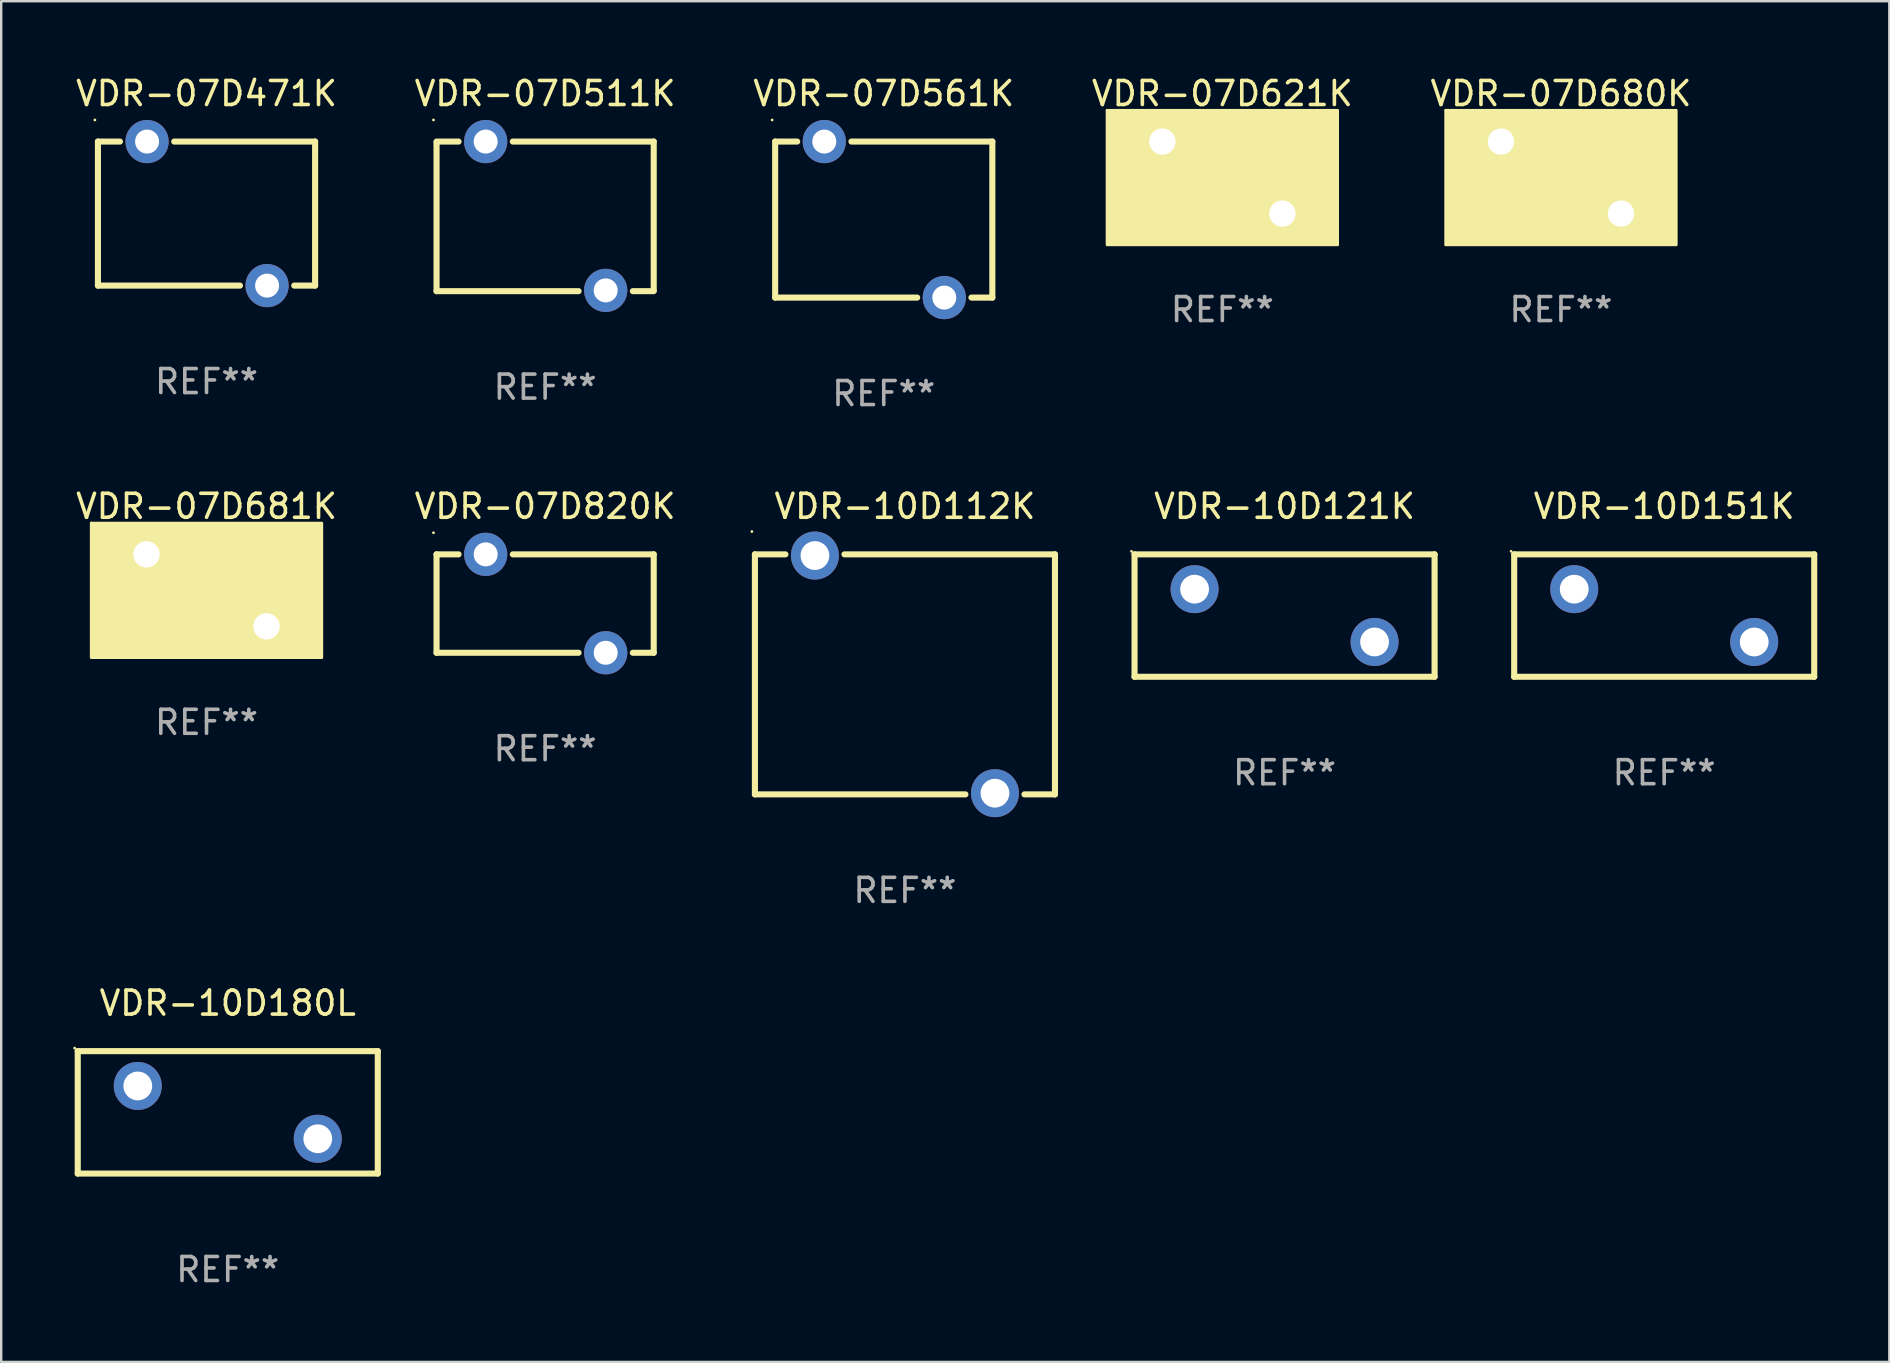
<source format=kicad_pcb>
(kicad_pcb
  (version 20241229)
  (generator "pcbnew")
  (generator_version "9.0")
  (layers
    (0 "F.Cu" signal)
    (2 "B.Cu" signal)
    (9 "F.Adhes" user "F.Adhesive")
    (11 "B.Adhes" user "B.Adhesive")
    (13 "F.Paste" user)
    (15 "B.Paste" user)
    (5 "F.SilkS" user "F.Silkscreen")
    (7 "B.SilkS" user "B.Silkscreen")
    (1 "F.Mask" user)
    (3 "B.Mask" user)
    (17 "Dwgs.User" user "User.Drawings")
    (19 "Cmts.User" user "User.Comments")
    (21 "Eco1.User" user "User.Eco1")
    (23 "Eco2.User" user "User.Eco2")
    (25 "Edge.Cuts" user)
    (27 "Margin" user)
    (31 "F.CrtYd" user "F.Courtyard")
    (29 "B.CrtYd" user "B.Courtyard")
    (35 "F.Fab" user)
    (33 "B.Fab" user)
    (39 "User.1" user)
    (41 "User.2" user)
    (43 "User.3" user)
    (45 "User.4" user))
  (footprint "VDR-07D680K"
    (layer "F.Cu")
    (at 61.982 4.348)
    (property "Reference" "VDR-07D680K" (at 0 -3.5 0) (layer "F.SilkS") (effects (font (size 1 1) (thickness 0.15))))
    (attr through_hole)
    (fp_circle (center -4.8 -2.8) (end -4.77 -2.8) (stroke (width 0.06) (type solid)) (fill no) (layer "F.SilkS"))
    (fp_poly (pts (xy -4.8 -2.8) (xy 4.8 -2.8) (xy 4.8 2.8) (xy -4.8 2.8)) (stroke (width 0.12) (type solid)) (fill yes) (layer "F.SilkS"))
    (fp_text user "REF**" (at 0 5.5 0) (layer "F.Fab") (effects (font (size 1 1) (thickness 0.15))))
    (pad "1" thru_hole circle (at -2.5 -1.5) (size 1.8 1.8) (drill 1.1) (layers "*.Cu" "*.Mask"))
    (pad "2" thru_hole circle (at 2.5 1.5) (size 1.8 1.8) (drill 1.1) (layers "*.Cu" "*.Mask")))
  (footprint "VDR-07D621K"
    (layer "F.Cu")
    (at 47.875 4.348)
    (property "Reference" "VDR-07D621K" (at 0 -3.5 0) (layer "F.SilkS") (effects (font (size 1 1) (thickness 0.15))))
    (attr through_hole)
    (fp_circle (center -4.8 -2.8) (end -4.77 -2.8) (stroke (width 0.06) (type solid)) (fill no) (layer "F.SilkS"))
    (fp_poly (pts (xy -4.8 -2.8) (xy 4.8 -2.8) (xy 4.8 2.8) (xy -4.8 2.8)) (stroke (width 0.12) (type solid)) (fill yes) (layer "F.SilkS"))
    (fp_text user "REF**" (at 0 5.5 0) (layer "F.Fab") (effects (font (size 1 1) (thickness 0.15))))
    (pad "1" thru_hole circle (at -2.5 -1.5) (size 1.8 1.8) (drill 1.1) (layers "*.Cu" "*.Mask"))
    (pad "2" thru_hole circle (at 2.5 1.5) (size 1.8 1.8) (drill 1.1) (layers "*.Cu" "*.Mask")))
  (footprint "VDR-07D561K"
    (layer "F.Cu")
    (at 33.768 6.098)
    (property "Reference" "VDR-07D561K" (at 0 -5.25 0) (layer "F.SilkS") (effects (font (size 1 1) (thickness 0.15))))
    (attr through_hole)
    (fp_line (start -4.524 -3.25) (end -4.524 3.25) (stroke (width 0.254) (type solid)) (layer "F.SilkS"))
    (fp_line (start -4.524 -3.25) (end -3.607 -3.25) (stroke (width 0.254) (type solid)) (layer "F.SilkS"))
    (fp_line (start -4.524 3.25) (end 1.393 3.25) (stroke (width 0.254) (type solid)) (layer "F.SilkS"))
    (fp_line (start -1.346 -3.25) (end 4.524 -3.25) (stroke (width 0.254) (type solid)) (layer "F.SilkS"))
    (fp_line (start 3.654 3.25) (end 4.524 3.25) (stroke (width 0.254) (type solid)) (layer "F.SilkS"))
    (fp_line (start 4.524 -3.25) (end 4.524 3.25) (stroke (width 0.254) (type solid)) (layer "F.SilkS"))
    (fp_circle (center -4.651 -4.15) (end -4.621 -4.15) (stroke (width 0.06) (type solid)) (fill no) (layer "F.SilkS"))
    (fp_text user "REF**" (at 0 7.25 0) (layer "F.Fab") (effects (font (size 1 1) (thickness 0.15))))
    (pad "1" thru_hole circle (at -2.477 -3.25) (size 1.8 1.8) (drill 1) (layers "*.Cu" "*.Mask"))
    (pad "2" thru_hole circle (at 2.523 3.25) (size 1.8 1.8) (drill 1) (layers "*.Cu" "*.Mask")))
  (footprint "VDR-10D112K"
    (layer "F.Cu")
    (at 34.651 25.045)
    (property "Reference" "VDR-10D112K" (at 0 -7 0) (layer "F.SilkS") (effects (font (size 1 1) (thickness 0.15))))
    (attr through_hole)
    (fp_line (start -6.25 -5) (end -4.98 -5) (stroke (width 0.254) (type solid)) (layer "F.SilkS"))
    (fp_line (start -6.25 5) (end -6.25 -5) (stroke (width 0.254) (type solid)) (layer "F.SilkS"))
    (fp_line (start -6.25 5) (end 2.52 5) (stroke (width 0.254) (type solid)) (layer "F.SilkS"))
    (fp_line (start -2.52 -5) (end 6.25 -5) (stroke (width 0.254) (type solid)) (layer "F.SilkS"))
    (fp_line (start 4.98 5) (end 6.25 5) (stroke (width 0.254) (type solid)) (layer "F.SilkS"))
    (fp_line (start 6.25 -5) (end 6.25 5) (stroke (width 0.254) (type solid)) (layer "F.SilkS"))
    (fp_circle (center -6.377 -5.95) (end -6.347 -5.95) (stroke (width 0.06) (type solid)) (fill no) (layer "F.SilkS"))
    (fp_text user "REF**" (at 0 9 0) (layer "F.Fab") (effects (font (size 1 1) (thickness 0.15))))
    (pad "1" thru_hole circle (at -3.75 -4.95) (size 2 2) (drill 1.2) (layers "*.Cu" "*.Mask"))
    (pad "2" thru_hole circle (at 3.75 4.95) (size 2 2) (drill 1.2) (layers "*.Cu" "*.Mask")))
  (footprint "VDR-07D681K"
    (layer "F.Cu")
    (at 5.554 21.545)
    (property "Reference" "VDR-07D681K" (at 0 -3.5 0) (layer "F.SilkS") (effects (font (size 1 1) (thickness 0.15))))
    (attr through_hole)
    (fp_circle (center -4.8 -2.8) (end -4.77 -2.8) (stroke (width 0.06) (type solid)) (fill no) (layer "F.SilkS"))
    (fp_poly (pts (xy -4.8 -2.8) (xy 4.8 -2.8) (xy 4.8 2.8) (xy -4.8 2.8)) (stroke (width 0.12) (type solid)) (fill yes) (layer "F.SilkS"))
    (fp_text user "REF**" (at 0 5.5 0) (layer "F.Fab") (effects (font (size 1 1) (thickness 0.15))))
    (pad "1" thru_hole circle (at -2.5 -1.5) (size 1.8 1.8) (drill 1.1) (layers "*.Cu" "*.Mask"))
    (pad "2" thru_hole circle (at 2.5 1.5) (size 1.8 1.8) (drill 1.1) (layers "*.Cu" "*.Mask")))
  (footprint "VDR-07D820K"
    (layer "F.Cu")
    (at 19.661 22.095)
    (property "Reference" "VDR-07D820K" (at 0 -4.05 0) (layer "F.SilkS") (effects (font (size 1 1) (thickness 0.15))))
    (attr through_hole)
    (fp_line (start -4.524 -2.05) (end -4.524 2.05) (stroke (width 0.254) (type solid)) (layer "F.SilkS"))
    (fp_line (start -4.524 -2.05) (end -3.607 -2.05) (stroke (width 0.254) (type solid)) (layer "F.SilkS"))
    (fp_line (start -4.524 2.05) (end 1.393 2.05) (stroke (width 0.254) (type solid)) (layer "F.SilkS"))
    (fp_line (start -1.346 -2.05) (end 4.524 -2.05) (stroke (width 0.254) (type solid)) (layer "F.SilkS"))
    (fp_line (start 3.654 2.05) (end 4.524 2.05) (stroke (width 0.254) (type solid)) (layer "F.SilkS"))
    (fp_line (start 4.524 -2.05) (end 4.524 2.05) (stroke (width 0.254) (type solid)) (layer "F.SilkS"))
    (fp_circle (center -4.651 -2.95) (end -4.621 -2.95) (stroke (width 0.06) (type solid)) (fill no) (layer "F.SilkS"))
    (fp_text user "REF**" (at 0 6.05 0) (layer "F.Fab") (effects (font (size 1 1) (thickness 0.15))))
    (pad "1" thru_hole circle (at -2.477 -2.05) (size 1.8 1.8) (drill 1) (layers "*.Cu" "*.Mask"))
    (pad "2" thru_hole circle (at 2.523 2.05) (size 1.8 1.8) (drill 1) (layers "*.Cu" "*.Mask")))
  (footprint "VDR-10D180L"
    (layer "F.Cu")
    (at 6.438 43.292)
    (property "Reference" "VDR-10D180L" (at 0 -4.55 0) (layer "F.SilkS") (effects (font (size 1 1) (thickness 0.15))))
    (attr through_hole)
    (fp_line (start -6.249 -2.55) (end 6.251 -2.55) (stroke (width 0.254) (type solid)) (layer "F.SilkS"))
    (fp_line (start -6.249 2.55) (end -6.249 -2.55) (stroke (width 0.254) (type solid)) (layer "F.SilkS"))
    (fp_line (start 6.251 -2.55) (end 6.251 2.55) (stroke (width 0.254) (type solid)) (layer "F.SilkS"))
    (fp_line (start 6.251 2.55) (end -6.251 2.55) (stroke (width 0.254) (type solid)) (layer "F.SilkS"))
    (fp_circle (center -6.378 -2.677) (end -6.348 -2.677) (stroke (width 0.06) (type solid)) (fill no) (layer "F.SilkS"))
    (fp_text user "REF**" (at 0 6.55 0) (layer "F.Fab") (effects (font (size 1 1) (thickness 0.15))))
    (pad "1" thru_hole circle (at -3.748 -1.1) (size 2 2) (drill 1.2) (layers "*.Cu" "*.Mask"))
    (pad "2" thru_hole circle (at 3.75 1.1) (size 2 2) (drill 1.2) (layers "*.Cu" "*.Mask")))
  (footprint "VDR-10D151K"
    (layer "F.Cu")
    (at 66.282 22.595)
    (property "Reference" "VDR-10D151K" (at 0 -4.55 0) (layer "F.SilkS") (effects (font (size 1 1) (thickness 0.15))))
    (attr through_hole)
    (fp_line (start -6.249 -2.55) (end 6.251 -2.55) (stroke (width 0.254) (type solid)) (layer "F.SilkS"))
    (fp_line (start -6.249 2.55) (end -6.249 -2.55) (stroke (width 0.254) (type solid)) (layer "F.SilkS"))
    (fp_line (start 6.251 -2.55) (end 6.251 2.55) (stroke (width 0.254) (type solid)) (layer "F.SilkS"))
    (fp_line (start 6.251 2.55) (end -6.251 2.55) (stroke (width 0.254) (type solid)) (layer "F.SilkS"))
    (fp_circle (center -6.378 -2.677) (end -6.348 -2.677) (stroke (width 0.06) (type solid)) (fill no) (layer "F.SilkS"))
    (fp_text user "REF**" (at 0 6.55 0) (layer "F.Fab") (effects (font (size 1 1) (thickness 0.15))))
    (pad "1" thru_hole circle (at -3.748 -1.1) (size 2 2) (drill 1.2) (layers "*.Cu" "*.Mask"))
    (pad "2" thru_hole circle (at 3.75 1.1) (size 2 2) (drill 1.2) (layers "*.Cu" "*.Mask")))
  (footprint "VDR-10D121K"
    (layer "F.Cu")
    (at 50.466 22.595)
    (property "Reference" "VDR-10D121K" (at 0 -4.55 0) (layer "F.SilkS") (effects (font (size 1 1) (thickness 0.15))))
    (attr through_hole)
    (fp_line (start -6.249 -2.55) (end 6.251 -2.55) (stroke (width 0.254) (type solid)) (layer "F.SilkS"))
    (fp_line (start -6.249 2.55) (end -6.249 -2.55) (stroke (width 0.254) (type solid)) (layer "F.SilkS"))
    (fp_line (start 6.251 -2.55) (end 6.251 2.55) (stroke (width 0.254) (type solid)) (layer "F.SilkS"))
    (fp_line (start 6.251 2.55) (end -6.251 2.55) (stroke (width 0.254) (type solid)) (layer "F.SilkS"))
    (fp_circle (center -6.378 -2.677) (end -6.348 -2.677) (stroke (width 0.06) (type solid)) (fill no) (layer "F.SilkS"))
    (fp_text user "REF**" (at 0 6.55 0) (layer "F.Fab") (effects (font (size 1 1) (thickness 0.15))))
    (pad "1" thru_hole circle (at -3.748 -1.1) (size 2 2) (drill 1.2) (layers "*.Cu" "*.Mask"))
    (pad "2" thru_hole circle (at 3.75 1.1) (size 2 2) (drill 1.2) (layers "*.Cu" "*.Mask")))
  (footprint "VDR-07D471K"
    (layer "F.Cu")
    (at 5.554 5.848)
    (property "Reference" "VDR-07D471K" (at 0 -5 0) (layer "F.SilkS") (effects (font (size 1 1) (thickness 0.15))))
    (attr through_hole)
    (fp_line (start -4.524 -3) (end -4.524 3) (stroke (width 0.254) (type solid)) (layer "F.SilkS"))
    (fp_line (start -4.524 -3) (end -3.607 -3) (stroke (width 0.254) (type solid)) (layer "F.SilkS"))
    (fp_line (start -4.524 3) (end 1.393 3) (stroke (width 0.254) (type solid)) (layer "F.SilkS"))
    (fp_line (start -1.346 -3) (end 4.524 -3) (stroke (width 0.254) (type solid)) (layer "F.SilkS"))
    (fp_line (start 3.654 3) (end 4.524 3) (stroke (width 0.254) (type solid)) (layer "F.SilkS"))
    (fp_line (start 4.524 -3) (end 4.524 3) (stroke (width 0.254) (type solid)) (layer "F.SilkS"))
    (fp_circle (center -4.651 -3.9) (end -4.621 -3.9) (stroke (width 0.06) (type solid)) (fill no) (layer "F.SilkS"))
    (fp_text user "REF**" (at 0 7 0) (layer "F.Fab") (effects (font (size 1 1) (thickness 0.15))))
    (pad "1" thru_hole circle (at -2.477 -3) (size 1.8 1.8) (drill 1) (layers "*.Cu" "*.Mask"))
    (pad "2" thru_hole circle (at 2.523 3) (size 1.8 1.8) (drill 1) (layers "*.Cu" "*.Mask")))
  (footprint "VDR-07D511K"
    (layer "F.Cu")
    (at 19.661 5.964)
    (property "Reference" "VDR-07D511K" (at 0 -5.116 0) (layer "F.SilkS") (effects (font (size 1 1) (thickness 0.15))))
    (attr through_hole)
    (fp_line (start -4.524 -3.116) (end -3.607 -3.116) (stroke (width 0.254) (type solid)) (layer "F.SilkS"))
    (fp_line (start -4.524 3.116) (end -4.524 -3.084) (stroke (width 0.254) (type solid)) (layer "F.SilkS"))
    (fp_line (start -4.524 3.116) (end 1.393 3.116) (stroke (width 0.254) (type solid)) (layer "F.SilkS"))
    (fp_line (start -1.346 -3.116) (end 4.524 -3.116) (stroke (width 0.254) (type solid)) (layer "F.SilkS"))
    (fp_line (start 3.654 3.116) (end 4.524 3.116) (stroke (width 0.254) (type solid)) (layer "F.SilkS"))
    (fp_line (start 4.524 -3.116) (end 4.524 3.084) (stroke (width 0.254) (type solid)) (layer "F.SilkS"))
    (fp_circle (center -4.651 -4.016) (end -4.621 -4.016) (stroke (width 0.06) (type solid)) (fill no) (layer "F.SilkS"))
    (fp_text user "REF**" (at 0 7.116 0) (layer "F.Fab") (effects (font (size 1 1) (thickness 0.15))))
    (pad "1" thru_hole circle (at -2.477 -3.116) (size 1.8 1.8) (drill 1) (layers "*.Cu" "*.Mask"))
    (pad "2" thru_hole circle (at 2.523 3.084) (size 1.8 1.8) (drill 1) (layers "*.Cu" "*.Mask")))
  (gr_rect
    (start -3 -3)
    (end 75.661 53.69)
    (stroke (width 0.1) (type default))
    (fill no)
    (layer "Edge.Cuts")))
</source>
